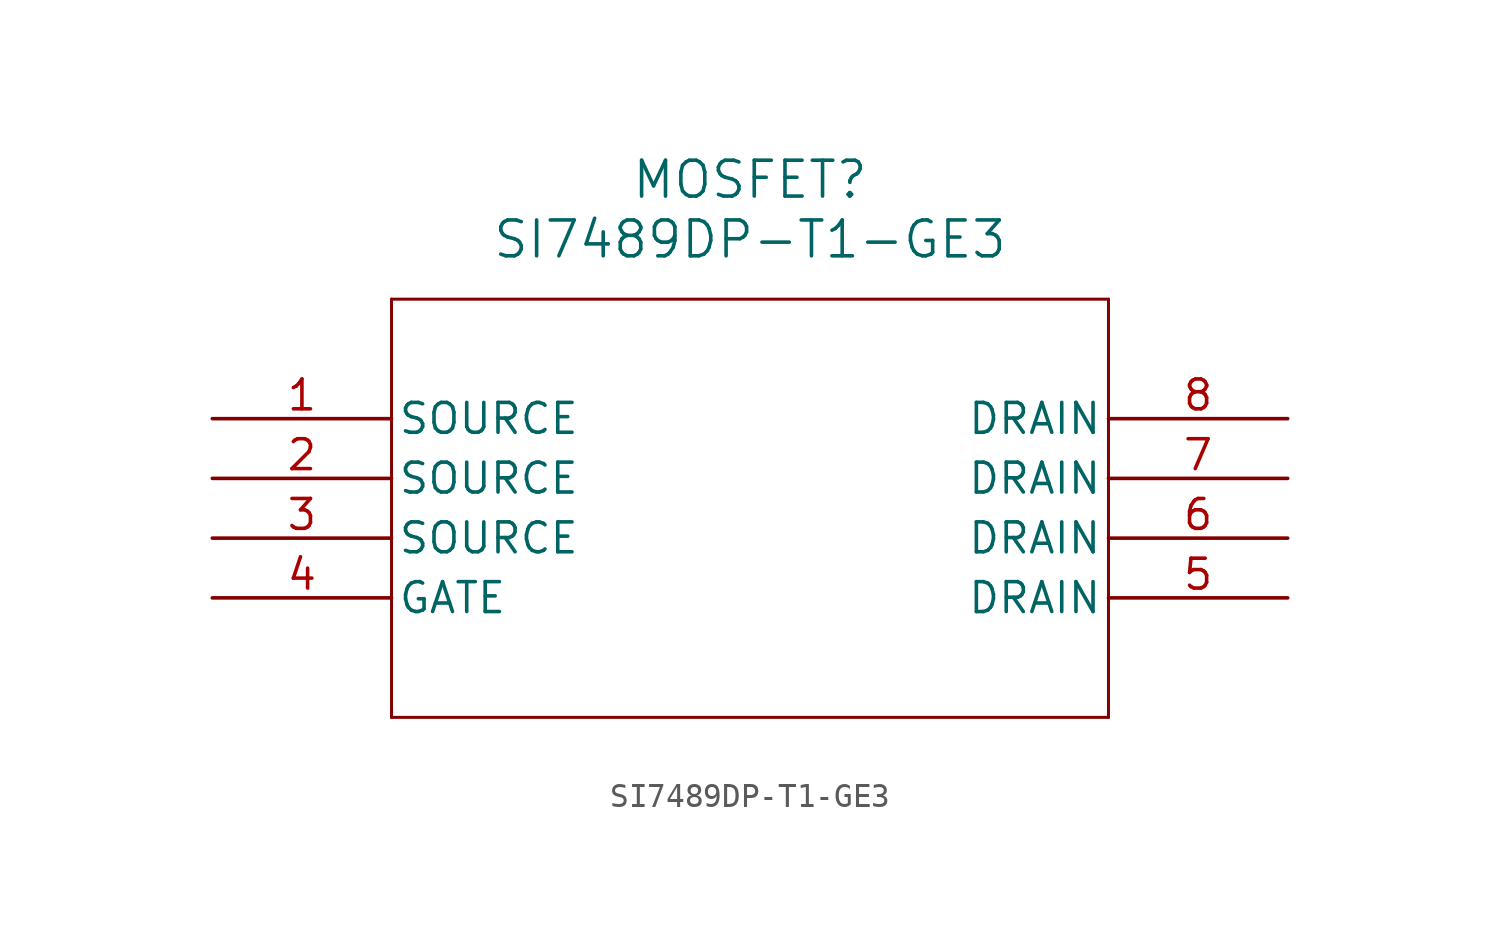
<source format=kicad_sym>
(kicad_symbol_lib
  (version 20211014)
  (generator kicad_symbol_editor)
  (symbol "SI7489DP-T1-GE3"
    (pin_names
      (offset 0.254))
    (property "Reference" "MOSFET"
      (at 22.86 10.16 0)
      (effects (font (size 1.524 1.524))))
    (property "Value" "SI7489DP-T1-GE3"
      (at 22.86 7.62 0)
      (effects (font (size 1.524 1.524))))
    (symbol "SI7489DP-T1-GE3_0_1"
      (polyline (pts (xy 7.62 5.08) (xy 7.62 -12.7)) (stroke (width 0.127) (type default) (color 0 0 0 0)) (fill (type none)))
      (polyline (pts (xy 7.62 -12.7) (xy 38.1 -12.7)) (stroke (width 0.127) (type default) (color 0 0 0 0)) (fill (type none)))
      (polyline (pts (xy 38.1 -12.7) (xy 38.1 5.08)) (stroke (width 0.127) (type default) (color 0 0 0 0)) (fill (type none)))
      (polyline (pts (xy 38.1 5.08) (xy 7.62 5.08)) (stroke (width 0.127) (type default) (color 0 0 0 0)) (fill (type none)))
      (pin unspecified line (at 0 0 0) (length 7.62) (name "SOURCE" (effects (font (size 1.27 1.27)))) (number "1" (effects (font (size 1.27 1.27)))))
      (pin unspecified line (at 0 -2.54 0) (length 7.62) (name "SOURCE" (effects (font (size 1.27 1.27)))) (number "2" (effects (font (size 1.27 1.27)))))
      (pin unspecified line (at 0 -5.08 0) (length 7.62) (name "SOURCE" (effects (font (size 1.27 1.27)))) (number "3" (effects (font (size 1.27 1.27)))))
      (pin unspecified line (at 0 -7.62 0) (length 7.62) (name "GATE" (effects (font (size 1.27 1.27)))) (number "4" (effects (font (size 1.27 1.27)))))
      (pin unspecified line (at 45.72 -7.62 180) (length 7.62) (name "DRAIN" (effects (font (size 1.27 1.27)))) (number "5" (effects (font (size 1.27 1.27)))))
      (pin unspecified line (at 45.72 -5.08 180) (length 7.62) (name "DRAIN" (effects (font (size 1.27 1.27)))) (number "6" (effects (font (size 1.27 1.27)))))
      (pin unspecified line (at 45.72 -2.54 180) (length 7.62) (name "DRAIN" (effects (font (size 1.27 1.27)))) (number "7" (effects (font (size 1.27 1.27)))))
      (pin unspecified line (at 45.72 0 180) (length 7.62) (name "DRAIN" (effects (font (size 1.27 1.27)))) (number "8" (effects (font (size 1.27 1.27))))))))
</source>
